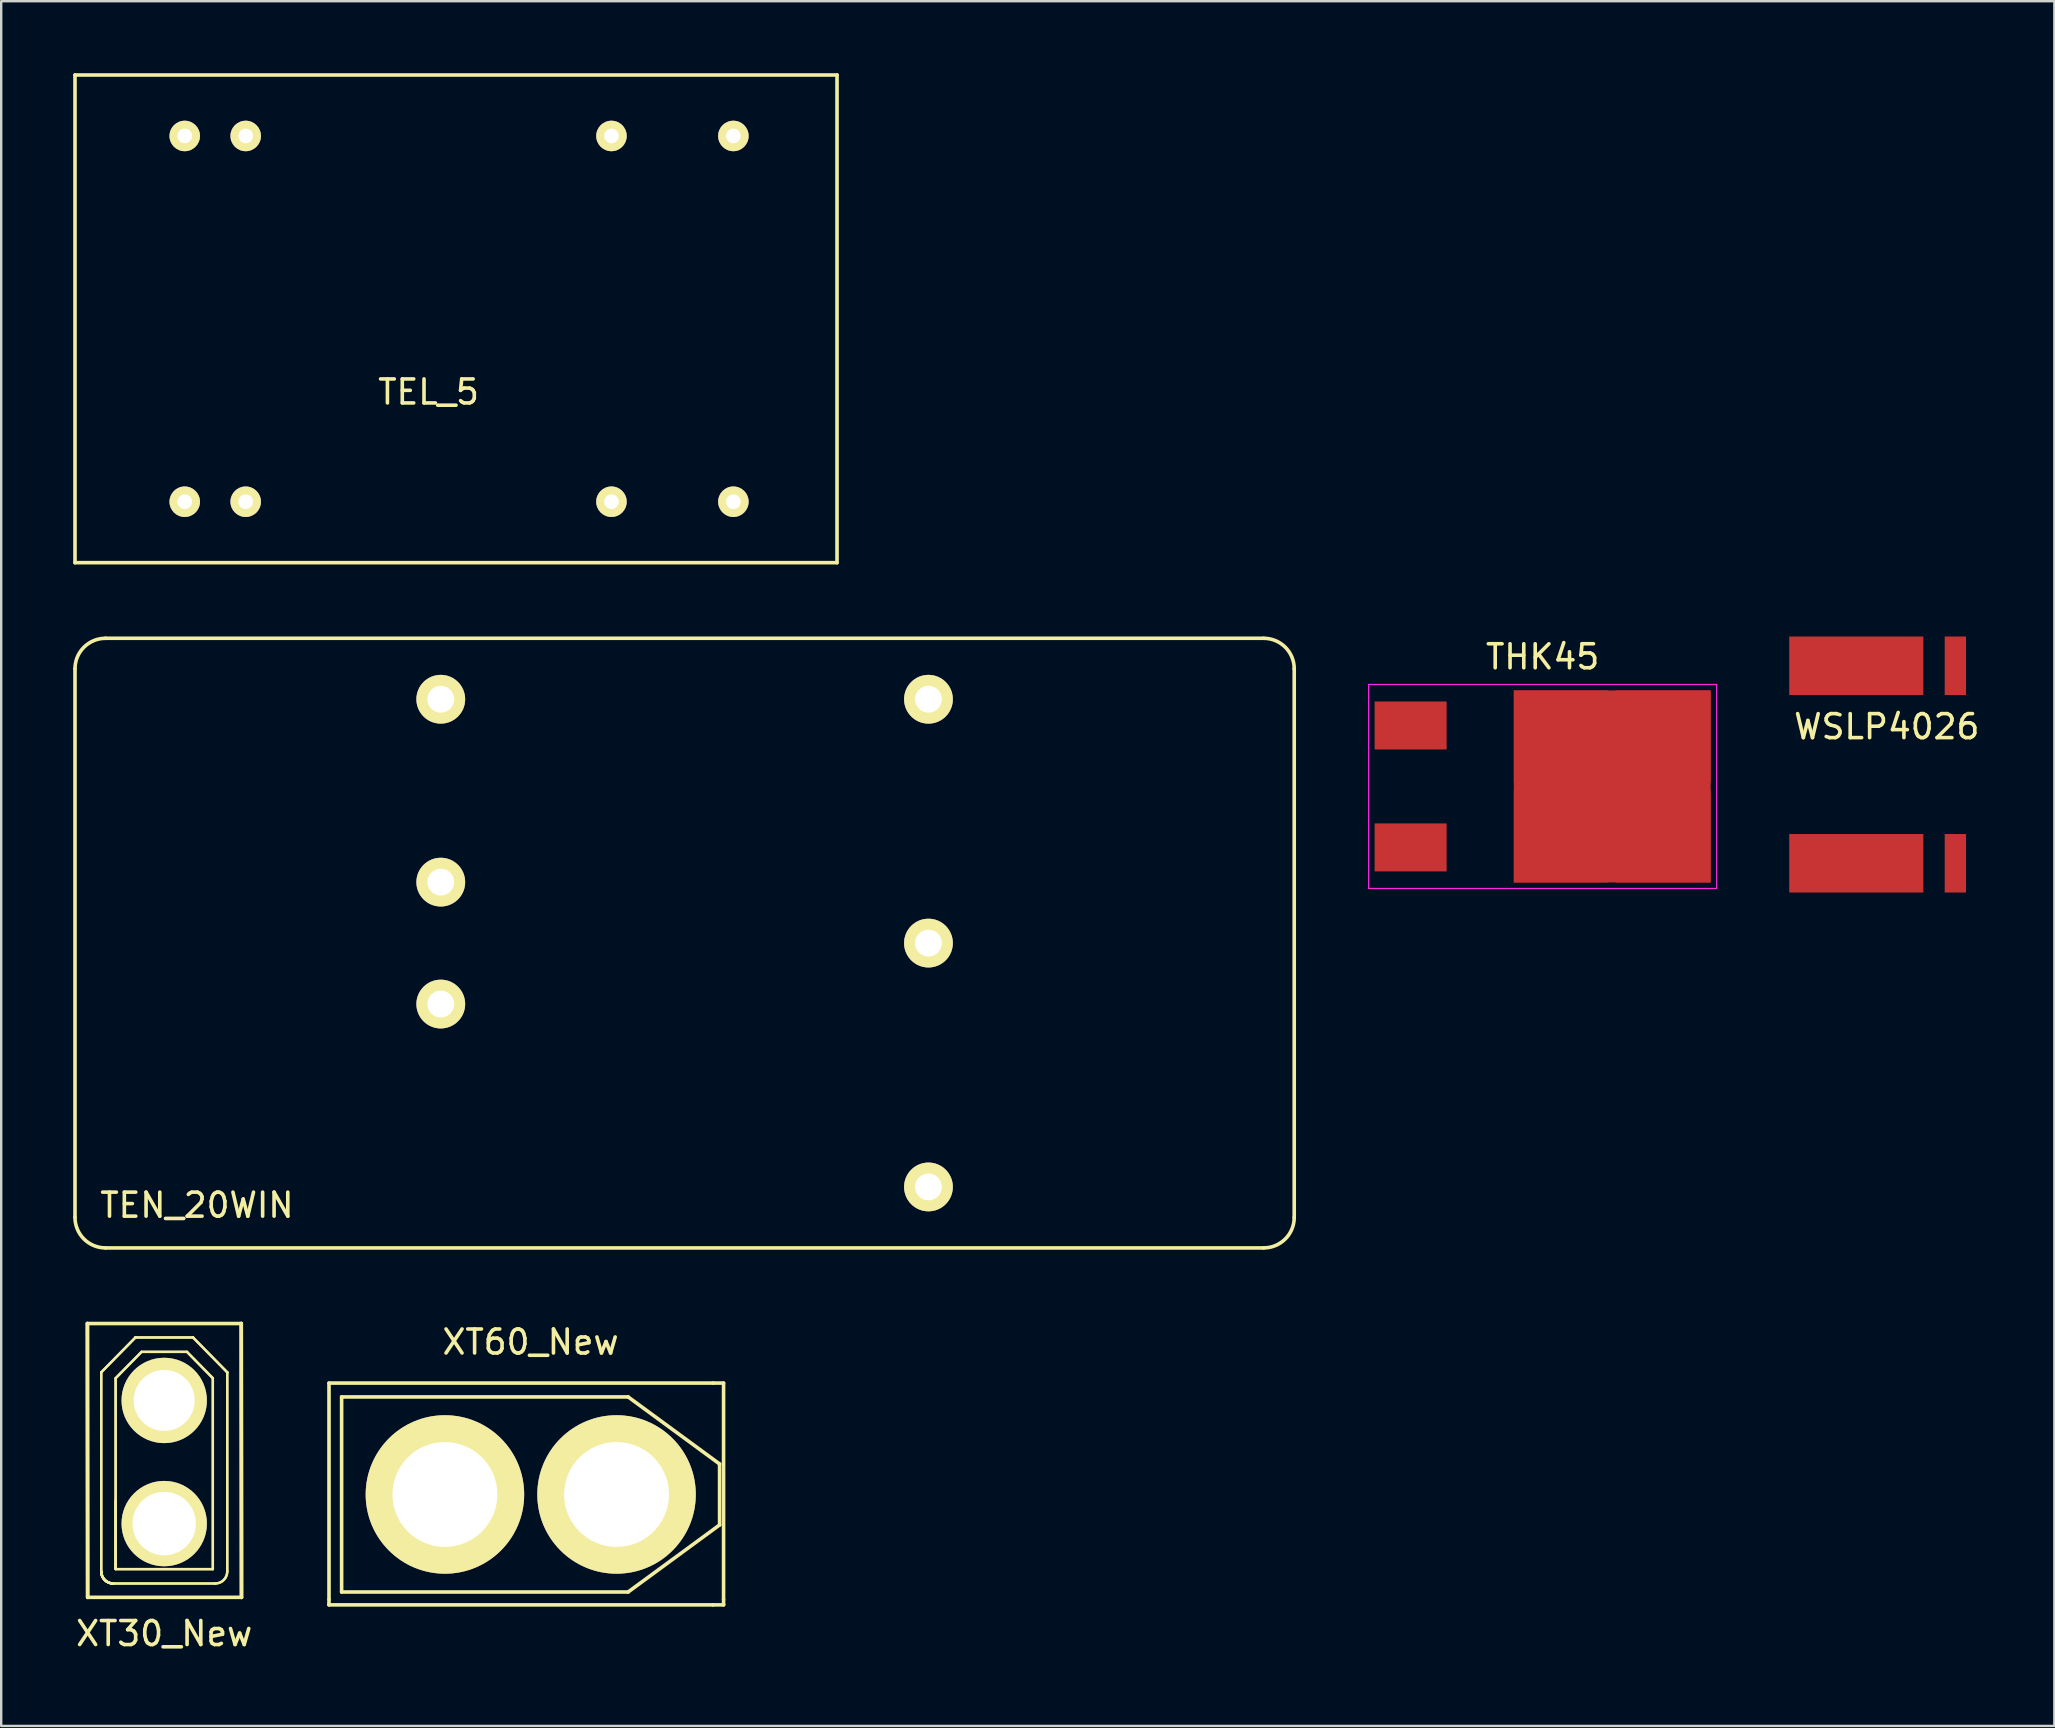
<source format=kicad_pcb>
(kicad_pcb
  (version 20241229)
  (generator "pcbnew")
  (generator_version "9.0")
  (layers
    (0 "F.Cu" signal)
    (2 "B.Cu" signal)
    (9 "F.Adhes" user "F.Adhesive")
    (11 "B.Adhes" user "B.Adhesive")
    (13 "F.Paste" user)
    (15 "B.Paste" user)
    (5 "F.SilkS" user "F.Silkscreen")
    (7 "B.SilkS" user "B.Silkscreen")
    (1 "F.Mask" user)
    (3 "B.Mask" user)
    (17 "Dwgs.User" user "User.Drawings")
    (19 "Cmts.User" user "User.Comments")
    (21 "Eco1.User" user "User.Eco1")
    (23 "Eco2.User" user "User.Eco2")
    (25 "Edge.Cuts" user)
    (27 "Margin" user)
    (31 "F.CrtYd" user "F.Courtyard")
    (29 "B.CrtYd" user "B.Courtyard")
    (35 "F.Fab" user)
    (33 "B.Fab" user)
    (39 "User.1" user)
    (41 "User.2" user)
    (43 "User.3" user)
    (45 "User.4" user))
  (footprint "WSLP4026"
    (layer "F.Cu")
    (at 74.294 24.689)
    (property "Reference" "WSLP4026" (at 1.27 2.54 0) (layer "F.SilkS") (effects (font (size 1 1) (thickness 0.15))))
    (attr through_hole)
    (pad "1" smd rect (at 0 0) (size 5.588 2.438) (layers "F.Cu" "F.Mask" "F.Paste"))
    (pad "2" smd rect (at 0 8.23) (size 5.588 2.438) (layers "F.Cu" "F.Mask" "F.Paste"))
    (pad "3" smd rect (at 4.128 8.23) (size 0.889 2.438) (layers "F.Cu" "F.Mask" "F.Paste"))
    (pad "4" smd rect (at 4.128 0) (size 0.889 2.438) (layers "F.Cu" "F.Mask" "F.Paste")))
  (footprint "TEL_5"
    (layer "F.Cu")
    (at 2.107 17.855)
    (property "Reference" "TEL_5" (at 12.7 -4.572 180) (layer "F.SilkS") (effects (font (size 1 1) (thickness 0.15))))
    (attr through_hole)
    (fp_line (start -2.032 -17.78) (end 29.718 -17.78) (stroke (width 0.15) (type solid)) (layer "F.SilkS"))
    (fp_line (start -2.032 2.54) (end -2.032 -17.78) (stroke (width 0.15) (type solid)) (layer "F.SilkS"))
    (fp_line (start 29.718 -17.78) (end 29.718 2.54) (stroke (width 0.15) (type solid)) (layer "F.SilkS"))
    (fp_line (start 29.718 2.54) (end -2.032 2.54) (stroke (width 0.15) (type solid)) (layer "F.SilkS"))
    (pad "2" thru_hole circle (at 2.54 0) (size 1.27 1.27) (drill 0.61) (layers "*.Cu" "*.Mask" "F.SilkS"))
    (pad "3" thru_hole circle (at 5.08 0) (size 1.27 1.27) (drill 0.61) (layers "*.Cu" "*.Mask" "F.SilkS"))
    (pad "9" thru_hole circle (at 20.32 0) (size 1.27 1.27) (drill 0.61) (layers "*.Cu" "*.Mask" "F.SilkS"))
    (pad "11" thru_hole circle (at 25.4 0) (size 1.27 1.27) (drill 0.61) (layers "*.Cu" "*.Mask" "F.SilkS"))
    (pad "14" thru_hole circle (at 25.4 -15.24) (size 1.27 1.27) (drill 0.61) (layers "*.Cu" "*.Mask" "F.SilkS"))
    (pad "16" thru_hole circle (at 20.32 -15.24) (size 1.27 1.27) (drill 0.61) (layers "*.Cu" "*.Mask" "F.SilkS"))
    (pad "22" thru_hole circle (at 5.08 -15.24) (size 1.27 1.27) (drill 0.61) (layers "*.Cu" "*.Mask" "F.SilkS"))
    (pad "23" thru_hole circle (at 2.54 -15.24) (size 1.27 1.27) (drill 0.61) (layers "*.Cu" "*.Mask" "F.SilkS")))
  (footprint "TEN_20WIN"
    (layer "F.Cu")
    (at 15.315 38.785)
    (property "Reference" "TEN_20WIN" (at -10.16 8.382 0) (layer "F.SilkS") (effects (font (size 1 1) (thickness 0.15))))
    (attr through_hole)
    (fp_line (start -15.24 8.89) (end -15.24 -13.97) (stroke (width 0.15) (type solid)) (layer "F.SilkS"))
    (fp_line (start -13.97 -15.24) (end 34.29 -15.24) (stroke (width 0.15) (type solid)) (layer "F.SilkS"))
    (fp_line (start 34.29 10.16) (end -13.97 10.16) (stroke (width 0.15) (type solid)) (layer "F.SilkS"))
    (fp_line (start 35.56 -13.97) (end 35.56 8.89) (stroke (width 0.15) (type solid)) (layer "F.SilkS"))
    (fp_arc (start -15.24 -13.97) (mid -14.868026 -14.868026) (end -13.97 -15.24) (stroke (width 0.15) (type solid)) (layer "F.SilkS"))
    (fp_arc (start -13.97 10.16) (mid -14.868026 9.788026) (end -15.24 8.89) (stroke (width 0.15) (type solid)) (layer "F.SilkS"))
    (fp_arc (start 34.29 -15.24) (mid 35.188026 -14.868026) (end 35.56 -13.97) (stroke (width 0.15) (type solid)) (layer "F.SilkS"))
    (fp_arc (start 35.56 8.89) (mid 35.188026 9.788026) (end 34.29 10.16) (stroke (width 0.15) (type solid)) (layer "F.SilkS"))
    (pad "1" thru_hole circle (at 0 0) (size 2.032 2.032) (drill 1.118) (layers "*.Cu" "*.Mask" "F.SilkS"))
    (pad "2" thru_hole circle (at 0 -5.08) (size 2.032 2.032) (drill 1.118) (layers "*.Cu" "*.Mask" "F.SilkS"))
    (pad "3" thru_hole circle (at 20.32 7.62) (size 2.032 2.032) (drill 1.118) (layers "*.Cu" "*.Mask" "F.SilkS"))
    (pad "4" thru_hole circle (at 20.32 -2.54) (size 2.032 2.032) (drill 1.118) (layers "*.Cu" "*.Mask" "F.SilkS"))
    (pad "5" thru_hole circle (at 20.32 -12.7) (size 2.032 2.032) (drill 1.118) (layers "*.Cu" "*.Mask" "F.SilkS"))
    (pad "6" thru_hole circle (at 0 -12.7) (size 2.032 2.032) (drill 1.118) (layers "*.Cu" "*.Mask" "F.SilkS")))
  (footprint "THK45"
    (layer "F.Cu")
    (at 60.025 29.718)
    (property "Reference" "THK45" (at 1.2 -5.4 0) (layer "F.SilkS") (effects (font (size 1 1) (thickness 0.15))))
    (attr through_hole)
    (fp_line (start -6.05 -4.25) (end -6.05 4.25) (stroke (width 0.05) (type solid)) (layer "F.CrtYd"))
    (fp_line (start 8.45 -4.25) (end -6.05 -4.25) (stroke (width 0.05) (type solid)) (layer "F.CrtYd"))
    (fp_line (start 8.45 -4.25) (end 8.45 4.25) (stroke (width 0.05) (type solid)) (layer "F.CrtYd"))
    (fp_line (start 8.45 4.25) (end -6.05 4.25) (stroke (width 0.05) (type solid)) (layer "F.CrtYd"))
    (pad "1" smd rect (at 1.975 -2.075) (size 3.95 3.85) (layers "F.Cu" "F.Paste"))
    (pad "1" smd rect (at 1.975 2.075) (size 3.95 3.85) (layers "F.Cu" "F.Paste"))
    (pad "1" smd rect (at 4.1 0) (size 8.2 8) (layers "F.Cu" "F.Mask" "F.Paste"))
    (pad "1" smd rect (at 6.225 -2.075) (size 3.95 3.85) (layers "F.Cu" "F.Paste"))
    (pad "1" smd rect (at 6.225 2.075) (size 3.95 3.85) (layers "F.Cu" "F.Paste"))
    (pad "2" smd rect (at -4.3 -2.54) (size 3 2) (layers "F.Cu" "F.Mask" "F.Paste"))
    (pad "2" smd rect (at -4.3 2.54) (size 3 2) (layers "F.Cu" "F.Mask" "F.Paste")))
  (footprint "XT60_New"
    (layer "F.Cu")
    (at 19.058 59.218)
    (property "Reference" "XT60_New" (at 0 -6.35 0) (layer "F.SilkS") (effects (font (size 1 1) (thickness 0.15))))
    (attr through_hole)
    (fp_line (start -8.4 -4.64) (end -8.4 4.36) (stroke (width 0.15) (type solid)) (layer "F.SilkS"))
    (fp_line (start -8.4 -4.64) (end 7.6 -4.64) (stroke (width 0.15) (type solid)) (layer "F.SilkS"))
    (fp_line (start -8.4 4.38) (end -8.4 4.58) (stroke (width 0.15) (type solid)) (layer "F.SilkS"))
    (fp_line (start -8.4 4.58) (end -8.4 4.6) (stroke (width 0.15) (type solid)) (layer "F.SilkS"))
    (fp_line (start -8.4 4.6) (end 7.6 4.6) (stroke (width 0.15) (type solid)) (layer "F.SilkS"))
    (fp_line (start -7.874 4.064) (end -7.874 -4.064) (stroke (width 0.15) (type solid)) (layer "F.SilkS"))
    (fp_line (start -7.874 4.064) (end 4.064 4.064) (stroke (width 0.15) (type solid)) (layer "F.SilkS"))
    (fp_line (start 4.064 -4.064) (end -7.874 -4.064) (stroke (width 0.15) (type solid)) (layer "F.SilkS"))
    (fp_line (start 4.064 4.064) (end 7.874 1.27) (stroke (width 0.15) (type solid)) (layer "F.SilkS"))
    (fp_line (start 7.6 -4.64) (end 8.04 -4.64) (stroke (width 0.15) (type solid)) (layer "F.SilkS"))
    (fp_line (start 7.6 4.6) (end 8.04 4.6) (stroke (width 0.15) (type solid)) (layer "F.SilkS"))
    (fp_line (start 7.874 -1.27) (end 4.064 -4.064) (stroke (width 0.15) (type solid)) (layer "F.SilkS"))
    (fp_line (start 7.874 1.27) (end 7.874 -1.27) (stroke (width 0.15) (type solid)) (layer "F.SilkS"))
    (fp_line (start 8.04 -4.64) (end 8.04 4.36) (stroke (width 0.15) (type solid)) (layer "F.SilkS"))
    (fp_line (start 8.04 4.38) (end 8.04 4.58) (stroke (width 0.15) (type solid)) (layer "F.SilkS"))
    (fp_line (start 8.04 4.58) (end 8.04 4.6) (stroke (width 0.15) (type solid)) (layer "F.SilkS"))
    (pad "1" thru_hole circle (at -3.57 0) (size 6.604 6.604) (drill 4.369) (layers "*.Cu" "*.Mask" "F.SilkS"))
    (pad "2" thru_hole circle (at 3.581 0) (size 6.604 6.604) (drill 4.369) (layers "*.Cu" "*.Mask" "F.SilkS")))
  (footprint "XT30_New"
    (layer "F.Cu")
    (at 3.792 58.095)
    (property "Reference" "XT30_New" (at 0 6.92 0) (layer "F.SilkS") (effects (font (size 1 1) (thickness 0.15))))
    (attr through_hole)
    (fp_line (start -3.2 -6) (end 3.21 -6) (stroke (width 0.15) (type solid)) (layer "F.SilkS"))
    (fp_line (start -3.19 5.41) (end -3.2 -6) (stroke (width 0.15) (type solid)) (layer "F.SilkS"))
    (fp_line (start -3.19 5.41) (end -3.2 -6) (stroke (width 0.15) (type solid)) (layer "F.SilkS"))
    (fp_line (start -3.19 5.41) (end 3.22 5.41) (stroke (width 0.15) (type solid)) (layer "F.SilkS"))
    (fp_line (start -2.624 -3.959) (end -2.624 4.333) (stroke (width 0.1) (type solid)) (layer "F.SilkS"))
    (fp_line (start -2.624 -3.959) (end -2.624 4.333) (stroke (width 0.1) (type solid)) (layer "F.SilkS"))
    (fp_line (start -2.124 4.833) (end 2.126 4.833) (stroke (width 0.1) (type solid)) (layer "F.SilkS"))
    (fp_line (start -2.124 4.833) (end 2.126 4.833) (stroke (width 0.1) (type solid)) (layer "F.SilkS"))
    (fp_line (start -2.024 -3.713) (end -2.024 4.213) (stroke (width 0.1) (type solid)) (layer "F.SilkS"))
    (fp_line (start -2.024 -3.713) (end -2.024 4.213) (stroke (width 0.1) (type solid)) (layer "F.SilkS"))
    (fp_line (start -2.024 4.233) (end -2.024 1.379) (stroke (width 0.1) (type solid)) (layer "F.SilkS"))
    (fp_line (start -2.024 4.233) (end -2.024 1.379) (stroke (width 0.1) (type solid)) (layer "F.SilkS"))
    (fp_line (start -1.205 -5.411) (end -2.618 -3.973) (stroke (width 0.1) (type solid)) (layer "F.SilkS"))
    (fp_line (start -1.205 -5.411) (end -2.618 -3.973) (stroke (width 0.1) (type solid)) (layer "F.SilkS"))
    (fp_line (start -0.947 -4.817) (end -2.024 -3.721) (stroke (width 0.1) (type solid)) (layer "F.SilkS"))
    (fp_line (start -0.947 -4.817) (end -2.024 -3.721) (stroke (width 0.1) (type solid)) (layer "F.SilkS"))
    (fp_line (start 0.95 -4.817) (end -0.947 -4.817) (stroke (width 0.1) (type solid)) (layer "F.SilkS"))
    (fp_line (start 0.95 -4.817) (end -0.947 -4.817) (stroke (width 0.1) (type solid)) (layer "F.SilkS"))
    (fp_line (start 0.95 -4.817) (end 2.026 -3.721) (stroke (width 0.1) (type solid)) (layer "F.SilkS"))
    (fp_line (start 0.95 -4.817) (end 2.026 -3.721) (stroke (width 0.1) (type solid)) (layer "F.SilkS"))
    (fp_line (start 1.193 -5.417) (end -1.19 -5.417) (stroke (width 0.1) (type solid)) (layer "F.SilkS"))
    (fp_line (start 1.193 -5.417) (end -1.19 -5.417) (stroke (width 0.1) (type solid)) (layer "F.SilkS"))
    (fp_line (start 2.026 4.233) (end -2.024 4.233) (stroke (width 0.1) (type solid)) (layer "F.SilkS"))
    (fp_line (start 2.026 4.233) (end -2.024 4.233) (stroke (width 0.1) (type solid)) (layer "F.SilkS"))
    (fp_line (start 2.026 4.233) (end 2.026 -3.721) (stroke (width 0.1) (type solid)) (layer "F.SilkS"))
    (fp_line (start 2.026 4.233) (end 2.026 -3.721) (stroke (width 0.1) (type solid)) (layer "F.SilkS"))
    (fp_line (start 2.62 -3.973) (end 1.207 -5.411) (stroke (width 0.1) (type solid)) (layer "F.SilkS"))
    (fp_line (start 2.62 -3.973) (end 1.207 -5.411) (stroke (width 0.1) (type solid)) (layer "F.SilkS"))
    (fp_line (start 2.626 4.333) (end 2.626 -3.959) (stroke (width 0.1) (type solid)) (layer "F.SilkS"))
    (fp_line (start 2.626 4.333) (end 2.626 -3.959) (stroke (width 0.1) (type solid)) (layer "F.SilkS"))
    (fp_line (start 3.22 5.41) (end 3.21 -6) (stroke (width 0.15) (type solid)) (layer "F.SilkS"))
    (fp_line (start 3.22 5.41) (end 3.21 -6) (stroke (width 0.15) (type solid)) (layer "F.SilkS"))
    (fp_arc (start -2.623821 -3.958717) (mid -2.622332 -3.966291) (end -2.618085 -3.972736) (stroke (width 0.1) (type solid)) (layer "F.SilkS"))
    (fp_arc (start -2.623821 -3.958717) (mid -2.622332 -3.966291) (end -2.618085 -3.972736) (stroke (width 0.1) (type solid)) (layer "F.SilkS"))
    (fp_arc (start -2.12382 4.8331) (mid -2.477373 4.686653) (end -2.62382 4.3331) (stroke (width 0.1) (type solid)) (layer "F.SilkS"))
    (fp_arc (start -2.12382 4.8331) (mid -2.477373 4.686653) (end -2.62382 4.3331) (stroke (width 0.1) (type solid)) (layer "F.SilkS"))
    (fp_arc (start -2.12382 4.8331) (mid -2.477373 4.686653) (end -2.62382 4.3331) (stroke (width 0.1) (type solid)) (layer "F.SilkS"))
    (fp_arc (start -2.12382 4.8331) (mid -2.477373 4.686653) (end -2.62382 4.3331) (stroke (width 0.1) (type solid)) (layer "F.SilkS"))
    (fp_arc (start -2.12382 4.8331) (mid -2.477373 4.686653) (end -2.62382 4.3331) (stroke (width 0.1) (type solid)) (layer "F.SilkS"))
    (fp_arc (start -2.12382 4.8331) (mid -2.477373 4.686653) (end -2.62382 4.3331) (stroke (width 0.1) (type solid)) (layer "F.SilkS"))
    (fp_arc (start -1.204699 -5.410919) (mid -1.198168 -5.415345) (end -1.190434 -5.4169) (stroke (width 0.1) (type solid)) (layer "F.SilkS"))
    (fp_arc (start -1.204699 -5.410919) (mid -1.198168 -5.415345) (end -1.190434 -5.4169) (stroke (width 0.1) (type solid)) (layer "F.SilkS"))
    (fp_arc (start -1.204699 -5.410919) (mid -1.198168 -5.415345) (end -1.190434 -5.4169) (stroke (width 0.1) (type solid)) (layer "F.SilkS"))
    (fp_arc (start -1.204699 -5.410919) (mid -1.198168 -5.415345) (end -1.190434 -5.4169) (stroke (width 0.1) (type solid)) (layer "F.SilkS"))
    (fp_arc (start -0.99882 -2.7919) (mid -0.964746 -3.050719) (end -0.864845 -3.2919) (stroke (width 0.1) (type solid)) (layer "F.SilkS"))
    (fp_arc (start -0.99882 -2.7919) (mid -0.964746 -3.050719) (end -0.864845 -3.2919) (stroke (width 0.1) (type solid)) (layer "F.SilkS"))
    (fp_arc (start -0.99882 2.3351) (mid 0.00118 1.3351) (end 1.00118 2.3351) (stroke (width 0.1) (type solid)) (layer "F.SilkS"))
    (fp_arc (start -0.99882 2.3351) (mid 0.00118 1.3351) (end 1.00118 2.3351) (stroke (width 0.1) (type solid)) (layer "F.SilkS"))
    (fp_arc (start -0.865207 2.834473) (mid -0.964839 2.593569) (end -0.99882 2.3351) (stroke (width 0.1) (type solid)) (layer "F.SilkS"))
    (fp_arc (start -0.865207 2.834473) (mid -0.964839 2.593569) (end -0.99882 2.3351) (stroke (width 0.1) (type solid)) (layer "F.SilkS"))
    (fp_arc (start -0.864845 -3.2919) (mid 0.00118 -3.7919) (end 0.867205 -3.2919) (stroke (width 0.1) (type solid)) (layer "F.SilkS"))
    (fp_arc (start -0.864845 -3.2919) (mid 0.00118 -3.7919) (end 0.867205 -3.2919) (stroke (width 0.1) (type solid)) (layer "F.SilkS"))
    (fp_arc (start 0.867205 2.8351) (mid 0.00118 3.3351) (end -0.864845 2.8351) (stroke (width 0.1) (type solid)) (layer "F.SilkS"))
    (fp_arc (start 0.867205 2.8351) (mid 0.00118 3.3351) (end -0.864845 2.8351) (stroke (width 0.1) (type solid)) (layer "F.SilkS"))
    (fp_arc (start 0.867567 -3.291273) (mid 0.967199 -3.050369) (end 1.00118 -2.7919) (stroke (width 0.1) (type solid)) (layer "F.SilkS"))
    (fp_arc (start 0.867567 -3.291273) (mid 0.967199 -3.050369) (end 1.00118 -2.7919) (stroke (width 0.1) (type solid)) (layer "F.SilkS"))
    (fp_arc (start 1.00118 -2.7919) (mid 0.00118 -1.7919) (end -0.99882 -2.7919) (stroke (width 0.1) (type solid)) (layer "F.SilkS"))
    (fp_arc (start 1.00118 -2.7919) (mid 0.00118 -1.7919) (end -0.99882 -2.7919) (stroke (width 0.1) (type solid)) (layer "F.SilkS"))
    (fp_arc (start 1.00118 2.3351) (mid 0.967106 2.593919) (end 0.867205 2.8351) (stroke (width 0.1) (type solid)) (layer "F.SilkS"))
    (fp_arc (start 1.00118 2.3351) (mid 0.967106 2.593919) (end 0.867205 2.8351) (stroke (width 0.1) (type solid)) (layer "F.SilkS"))
    (fp_arc (start 1.192793 -5.4169) (mid 1.200527 -5.415344) (end 1.207058 -5.410919) (stroke (width 0.1) (type solid)) (layer "F.SilkS"))
    (fp_arc (start 1.192793 -5.4169) (mid 1.200527 -5.415344) (end 1.207058 -5.410919) (stroke (width 0.1) (type solid)) (layer "F.SilkS"))
    (fp_arc (start 1.192793 -5.4169) (mid 1.200527 -5.415344) (end 1.207058 -5.410919) (stroke (width 0.1) (type solid)) (layer "F.SilkS"))
    (fp_arc (start 1.192793 -5.4169) (mid 1.200527 -5.415344) (end 1.207058 -5.410919) (stroke (width 0.1) (type solid)) (layer "F.SilkS"))
    (fp_arc (start 2.620445 -3.972736) (mid 2.624691 -3.96629) (end 2.62618 -3.958717) (stroke (width 0.1) (type solid)) (layer "F.SilkS"))
    (fp_arc (start 2.620445 -3.972736) (mid 2.624691 -3.96629) (end 2.62618 -3.958717) (stroke (width 0.1) (type solid)) (layer "F.SilkS"))
    (fp_arc (start 2.620445 -3.972736) (mid 2.624691 -3.96629) (end 2.62618 -3.958717) (stroke (width 0.1) (type solid)) (layer "F.SilkS"))
    (fp_arc (start 2.620445 -3.972736) (mid 2.624691 -3.96629) (end 2.62618 -3.958717) (stroke (width 0.1) (type solid)) (layer "F.SilkS"))
    (fp_arc (start 2.62618 4.3331) (mid 2.479733 4.686653) (end 2.12618 4.8331) (stroke (width 0.1) (type solid)) (layer "F.SilkS"))
    (fp_arc (start 2.62618 4.3331) (mid 2.479733 4.686653) (end 2.12618 4.8331) (stroke (width 0.1) (type solid)) (layer "F.SilkS"))
    (pad "1" thru_hole circle (at 0 2.337) (size 3.556 3.556) (drill 2.642) (layers "*.Cu" "*.Mask" "F.SilkS"))
    (pad "2" thru_hole circle (at 0 -2.794) (size 3.556 3.556) (drill 2.54) (layers "*.Cu" "*.Mask" "F.SilkS")))
  (gr_rect
    (start -3 -3)
    (end 82.546 68.863)
    (stroke (width 0.1) (type default))
    (fill no)
    (layer "Edge.Cuts")))
</source>
